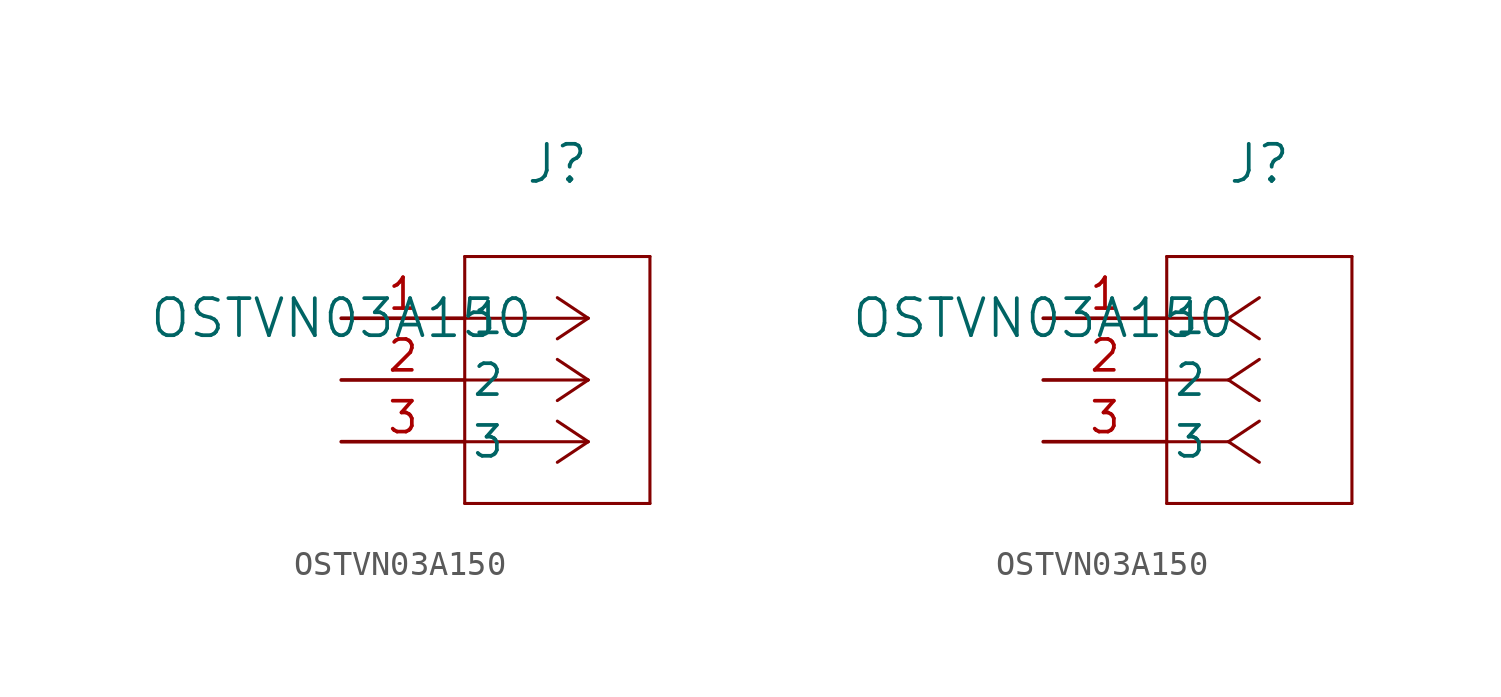
<source format=kicad_sym>
(kicad_symbol_lib
  (version 20211014)
  (generator kicad_symbol_editor)
  (symbol "OSTVN03A150"
    (pin_names
      (offset 0.254))
    (property "Reference" "J"
      (at 8.89 6.35 0)
      (effects (font (size 1.524 1.524))))
    (property "Value" "OSTVN03A150"
      (at 0 0 0)
      (effects (font (size 1.524 1.524))))
    (symbol "OSTVN03A150_1_1"
      (polyline (pts (xy 10.16 0) (xy 5.08 0)) (stroke (width 0.127) (type default) (color 0 0 0 0)) (fill (type none)))
      (polyline (pts (xy 10.16 -2.54) (xy 5.08 -2.54)) (stroke (width 0.127) (type default) (color 0 0 0 0)) (fill (type none)))
      (polyline (pts (xy 10.16 -5.08) (xy 5.08 -5.08)) (stroke (width 0.127) (type default) (color 0 0 0 0)) (fill (type none)))
      (polyline (pts (xy 10.16 0) (xy 8.89 0.847)) (stroke (width 0.127) (type default) (color 0 0 0 0)) (fill (type none)))
      (polyline (pts (xy 10.16 -2.54) (xy 8.89 -1.693)) (stroke (width 0.127) (type default) (color 0 0 0 0)) (fill (type none)))
      (polyline (pts (xy 10.16 -5.08) (xy 8.89 -4.233)) (stroke (width 0.127) (type default) (color 0 0 0 0)) (fill (type none)))
      (polyline (pts (xy 10.16 0) (xy 8.89 -0.847)) (stroke (width 0.127) (type default) (color 0 0 0 0)) (fill (type none)))
      (polyline (pts (xy 10.16 -2.54) (xy 8.89 -3.387)) (stroke (width 0.127) (type default) (color 0 0 0 0)) (fill (type none)))
      (polyline (pts (xy 10.16 -5.08) (xy 8.89 -5.927)) (stroke (width 0.127) (type default) (color 0 0 0 0)) (fill (type none)))
      (polyline (pts (xy 5.08 2.54) (xy 5.08 -7.62)) (stroke (width 0.127) (type default) (color 0 0 0 0)) (fill (type none)))
      (polyline (pts (xy 5.08 -7.62) (xy 12.7 -7.62)) (stroke (width 0.127) (type default) (color 0 0 0 0)) (fill (type none)))
      (polyline (pts (xy 12.7 -7.62) (xy 12.7 2.54)) (stroke (width 0.127) (type default) (color 0 0 0 0)) (fill (type none)))
      (polyline (pts (xy 12.7 2.54) (xy 5.08 2.54)) (stroke (width 0.127) (type default) (color 0 0 0 0)) (fill (type none)))
      (pin unspecified line (at 0 0 0) (length 5.08) (name "1" (effects (font (size 1.27 1.27)))) (number "1" (effects (font (size 1.27 1.27)))))
      (pin unspecified line (at 0 -2.54 0) (length 5.08) (name "2" (effects (font (size 1.27 1.27)))) (number "2" (effects (font (size 1.27 1.27)))))
      (pin unspecified line (at 0 -5.08 0) (length 5.08) (name "3" (effects (font (size 1.27 1.27)))) (number "3" (effects (font (size 1.27 1.27))))))
    (symbol "OSTVN03A150_1_2"
      (polyline (pts (xy 7.62 0) (xy 5.08 0)) (stroke (width 0.127) (type default) (color 0 0 0 0)) (fill (type none)))
      (polyline (pts (xy 7.62 -2.54) (xy 5.08 -2.54)) (stroke (width 0.127) (type default) (color 0 0 0 0)) (fill (type none)))
      (polyline (pts (xy 7.62 -5.08) (xy 5.08 -5.08)) (stroke (width 0.127) (type default) (color 0 0 0 0)) (fill (type none)))
      (polyline (pts (xy 7.62 0) (xy 8.89 0.847)) (stroke (width 0.127) (type default) (color 0 0 0 0)) (fill (type none)))
      (polyline (pts (xy 7.62 -2.54) (xy 8.89 -1.693)) (stroke (width 0.127) (type default) (color 0 0 0 0)) (fill (type none)))
      (polyline (pts (xy 7.62 -5.08) (xy 8.89 -4.233)) (stroke (width 0.127) (type default) (color 0 0 0 0)) (fill (type none)))
      (polyline (pts (xy 7.62 0) (xy 8.89 -0.847)) (stroke (width 0.127) (type default) (color 0 0 0 0)) (fill (type none)))
      (polyline (pts (xy 7.62 -2.54) (xy 8.89 -3.387)) (stroke (width 0.127) (type default) (color 0 0 0 0)) (fill (type none)))
      (polyline (pts (xy 7.62 -5.08) (xy 8.89 -5.927)) (stroke (width 0.127) (type default) (color 0 0 0 0)) (fill (type none)))
      (polyline (pts (xy 5.08 2.54) (xy 5.08 -7.62)) (stroke (width 0.127) (type default) (color 0 0 0 0)) (fill (type none)))
      (polyline (pts (xy 5.08 -7.62) (xy 12.7 -7.62)) (stroke (width 0.127) (type default) (color 0 0 0 0)) (fill (type none)))
      (polyline (pts (xy 12.7 -7.62) (xy 12.7 2.54)) (stroke (width 0.127) (type default) (color 0 0 0 0)) (fill (type none)))
      (polyline (pts (xy 12.7 2.54) (xy 5.08 2.54)) (stroke (width 0.127) (type default) (color 0 0 0 0)) (fill (type none)))
      (pin unspecified line (at 0 0 0) (length 5.08) (name "1" (effects (font (size 1.27 1.27)))) (number "1" (effects (font (size 1.27 1.27)))))
      (pin unspecified line (at 0 -2.54 0) (length 5.08) (name "2" (effects (font (size 1.27 1.27)))) (number "2" (effects (font (size 1.27 1.27)))))
      (pin unspecified line (at 0 -5.08 0) (length 5.08) (name "3" (effects (font (size 1.27 1.27)))) (number "3" (effects (font (size 1.27 1.27))))))))
</source>
